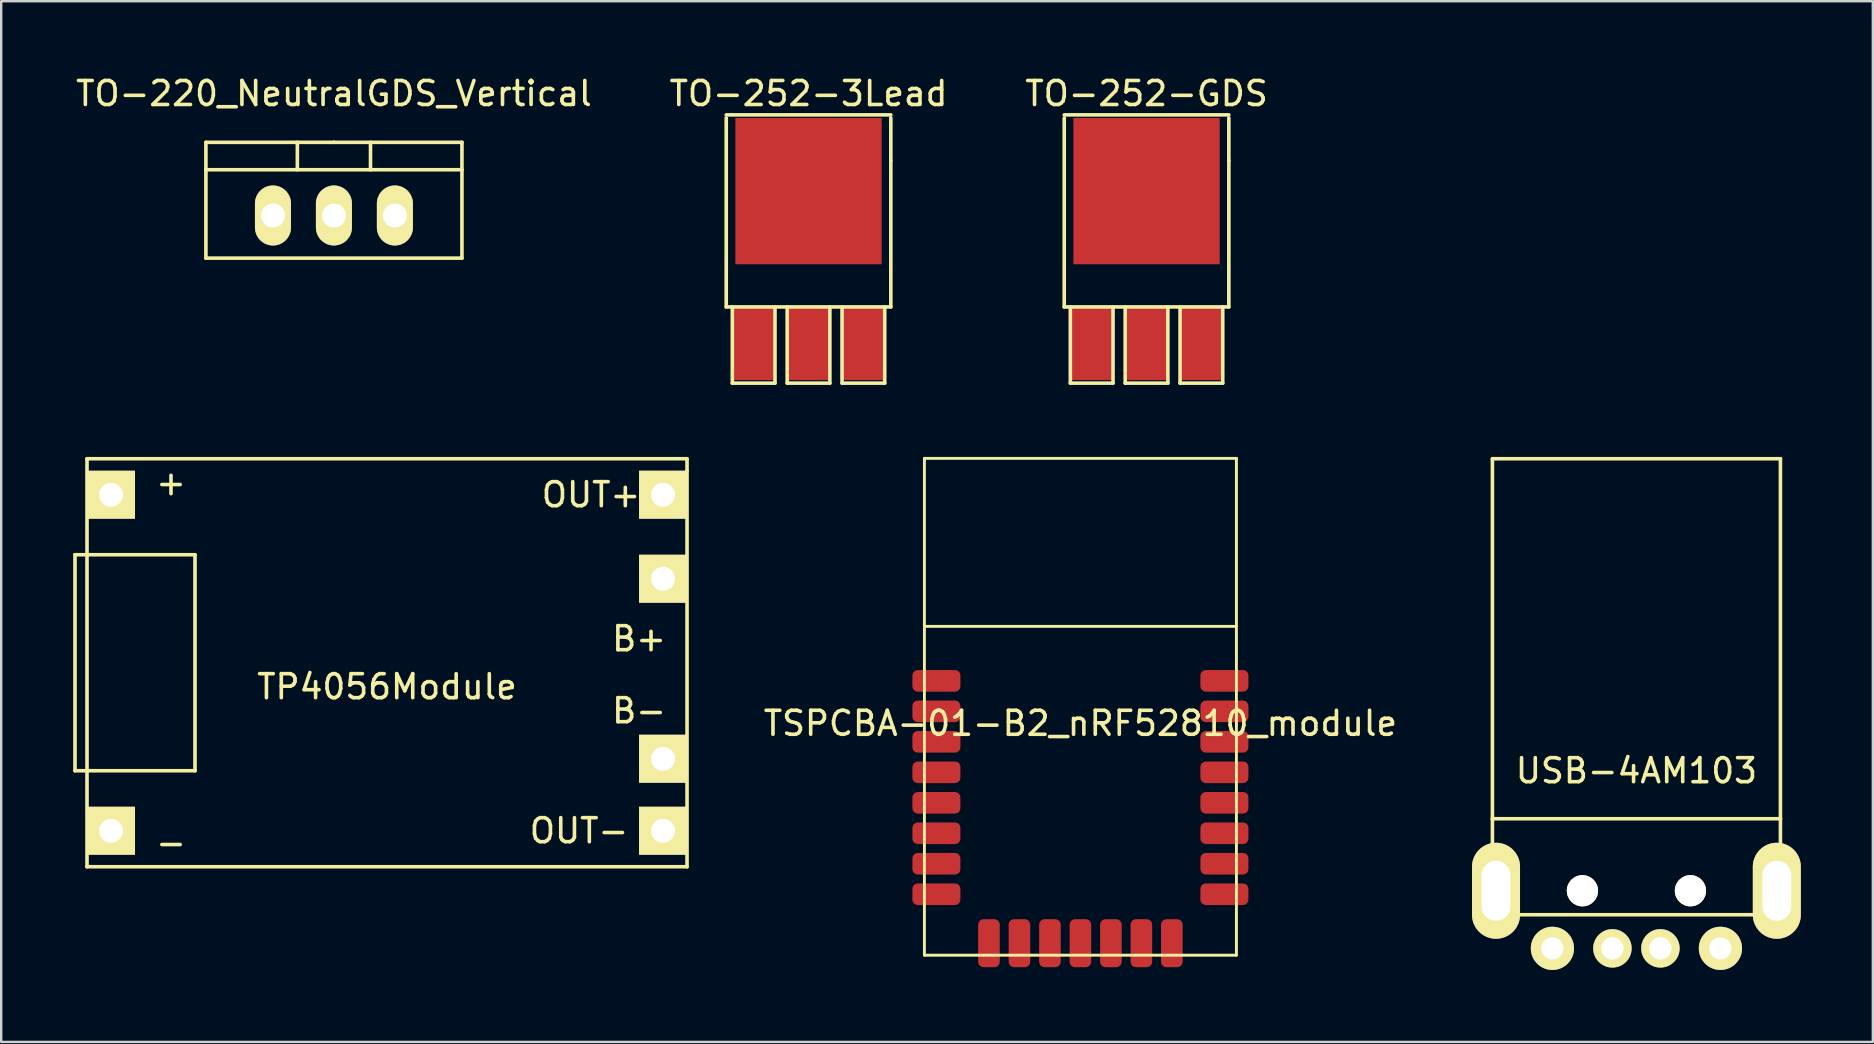
<source format=kicad_pcb>
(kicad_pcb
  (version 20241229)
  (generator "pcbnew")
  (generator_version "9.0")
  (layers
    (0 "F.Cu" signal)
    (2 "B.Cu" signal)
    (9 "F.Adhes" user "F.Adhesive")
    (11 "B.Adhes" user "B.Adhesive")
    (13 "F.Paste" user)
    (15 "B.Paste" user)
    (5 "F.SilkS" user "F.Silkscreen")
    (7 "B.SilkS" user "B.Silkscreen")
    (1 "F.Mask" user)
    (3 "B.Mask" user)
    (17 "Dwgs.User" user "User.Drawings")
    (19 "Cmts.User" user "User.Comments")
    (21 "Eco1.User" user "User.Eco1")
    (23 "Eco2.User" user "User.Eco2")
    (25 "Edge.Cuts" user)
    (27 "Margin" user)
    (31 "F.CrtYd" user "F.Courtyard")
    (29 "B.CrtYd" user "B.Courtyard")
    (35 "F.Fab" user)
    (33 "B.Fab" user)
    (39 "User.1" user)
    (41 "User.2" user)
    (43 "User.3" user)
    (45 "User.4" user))
  (footprint "TO-252-GDS"
    (layer "F.Cu")
    (at 44.72 11.262)
    (property "Reference" "TO-252-GDS" (at 0 -10.414 0) (layer "F.SilkS") (effects (font (size 1 1) (thickness 0.15))))
    (attr smd)
    (fp_line (start -3.429 -9.525) (end 3.429 -9.525) (stroke (width 0.15) (type solid)) (layer "F.SilkS"))
    (fp_line (start -3.429 -1.524) (end -3.429 -9.398) (stroke (width 0.15) (type solid)) (layer "F.SilkS"))
    (fp_line (start -3.175 -1.524) (end -3.175 1.651) (stroke (width 0.15) (type solid)) (layer "F.SilkS"))
    (fp_line (start -3.175 1.651) (end -1.397 1.651) (stroke (width 0.15) (type solid)) (layer "F.SilkS"))
    (fp_line (start -1.397 1.651) (end -1.397 -1.524) (stroke (width 0.15) (type solid)) (layer "F.SilkS"))
    (fp_line (start -0.889 -1.524) (end -0.889 1.651) (stroke (width 0.15) (type solid)) (layer "F.SilkS"))
    (fp_line (start -0.889 1.651) (end 0.889 1.651) (stroke (width 0.15) (type solid)) (layer "F.SilkS"))
    (fp_line (start 0.889 1.651) (end 0.889 -1.524) (stroke (width 0.15) (type solid)) (layer "F.SilkS"))
    (fp_line (start 1.397 -1.524) (end 1.397 1.651) (stroke (width 0.15) (type solid)) (layer "F.SilkS"))
    (fp_line (start 1.397 1.651) (end 3.175 1.651) (stroke (width 0.15) (type solid)) (layer "F.SilkS"))
    (fp_line (start 3.175 1.651) (end 3.175 -1.524) (stroke (width 0.15) (type solid)) (layer "F.SilkS"))
    (fp_line (start 3.429 -9.398) (end 3.429 -7.62) (stroke (width 0.15) (type solid)) (layer "F.SilkS"))
    (fp_line (start 3.429 -7.62) (end 3.429 -1.524) (stroke (width 0.15) (type solid)) (layer "F.SilkS"))
    (fp_line (start 3.429 -1.524) (end -3.429 -1.524) (stroke (width 0.15) (type solid)) (layer "F.SilkS"))
    (pad "D" smd rect (at 0 -6.35) (size 6.096 6.096) (layers "F.Cu" "F.Mask" "F.Paste"))
    (pad "D" smd rect (at 0 0) (size 1.651 3.048) (layers "F.Cu" "F.Mask" "F.Paste"))
    (pad "G" smd rect (at -2.286 0) (size 1.651 3.048) (layers "F.Cu" "F.Mask" "F.Paste"))
    (pad "S" smd rect (at 2.286 0) (size 1.651 3.048) (layers "F.Cu" "F.Mask" "F.Paste")))
  (footprint "TP4056Module"
    (layer "F.Cu")
    (at 13.075 24.563)
    (property "Reference" "TP4056Module" (at 0 1 0) (layer "F.SilkS") (effects (font (size 1 1) (thickness 0.15))))
    (attr through_hole)
    (fp_line (start -13 -4.5) (end -8 -4.5) (stroke (width 0.15) (type solid)) (layer "F.SilkS"))
    (fp_line (start -13 4.5) (end -13 -4.5) (stroke (width 0.15) (type solid)) (layer "F.SilkS"))
    (fp_line (start -12.5 -8.5) (end -12.5 8.5) (stroke (width 0.15) (type solid)) (layer "F.SilkS"))
    (fp_line (start -12.5 -8.5) (end 12.5 -8.5) (stroke (width 0.15) (type solid)) (layer "F.SilkS"))
    (fp_line (start -12.5 8.5) (end 12.5 8.5) (stroke (width 0.15) (type solid)) (layer "F.SilkS"))
    (fp_line (start -8 -4.5) (end -8 4.5) (stroke (width 0.15) (type solid)) (layer "F.SilkS"))
    (fp_line (start -8 4.5) (end -13 4.5) (stroke (width 0.15) (type solid)) (layer "F.SilkS"))
    (fp_line (start 12.5 -8.5) (end 12.5 -8) (stroke (width 0.15) (type solid)) (layer "F.SilkS"))
    (fp_line (start 12.5 8.5) (end 12.5 -8) (stroke (width 0.15) (type solid)) (layer "F.SilkS"))
    (fp_text user "-" (at -9 7.5 0) (layer "F.SilkS") (effects (font (size 1 1) (thickness 0.15))))
    (fp_text user "+" (at -9 -7.5 0) (layer "F.SilkS") (effects (font (size 1 1) (thickness 0.15))))
    (fp_text user "OUT+" (at 8.5 -7 0) (layer "F.SilkS") (effects (font (size 1 1) (thickness 0.15))))
    (fp_text user "B+" (at 10.5 -1 0) (layer "F.SilkS") (effects (font (size 1 1) (thickness 0.15))))
    (fp_text user "OUT-" (at 8 7 0) (layer "F.SilkS") (effects (font (size 1 1) (thickness 0.15))))
    (fp_text user "B-" (at 10.5 2 0) (layer "F.SilkS") (effects (font (size 1 1) (thickness 0.15))))
    (pad "1" thru_hole rect (at -11.5 -7) (size 2 2) (drill 1) (layers "*.Cu" "*.Mask" "F.SilkS"))
    (pad "2" thru_hole rect (at -11.5 7) (size 2 2) (drill 1) (layers "*.Cu" "*.Mask" "F.SilkS"))
    (pad "3" thru_hole rect (at 11.5 -7) (size 2 2) (drill 1) (layers "*.Cu" "*.Mask" "F.SilkS"))
    (pad "4" thru_hole rect (at 11.5 -3.5) (size 2 2) (drill 1) (layers "*.Cu" "*.Mask" "F.SilkS"))
    (pad "5" thru_hole rect (at 11.5 4) (size 2 2) (drill 1) (layers "*.Cu" "*.Mask" "F.SilkS"))
    (pad "6" thru_hole rect (at 11.5 7) (size 2 2) (drill 1) (layers "*.Cu" "*.Mask" "F.SilkS")))
  (footprint "TO-252-3Lead"
    (layer "F.Cu")
    (at 30.637 11.262)
    (property "Reference" "TO-252-3Lead" (at 0 -10.414 0) (layer "F.SilkS") (effects (font (size 1 1) (thickness 0.15))))
    (attr smd)
    (fp_line (start -3.429 -9.525) (end 3.429 -9.525) (stroke (width 0.15) (type solid)) (layer "F.SilkS"))
    (fp_line (start -3.429 -1.524) (end -3.429 -9.398) (stroke (width 0.15) (type solid)) (layer "F.SilkS"))
    (fp_line (start -3.175 -1.524) (end -3.175 1.651) (stroke (width 0.15) (type solid)) (layer "F.SilkS"))
    (fp_line (start -3.175 1.651) (end -1.397 1.651) (stroke (width 0.15) (type solid)) (layer "F.SilkS"))
    (fp_line (start -1.397 1.651) (end -1.397 -1.524) (stroke (width 0.15) (type solid)) (layer "F.SilkS"))
    (fp_line (start -0.889 -1.524) (end -0.889 1.651) (stroke (width 0.15) (type solid)) (layer "F.SilkS"))
    (fp_line (start -0.889 1.651) (end 0.889 1.651) (stroke (width 0.15) (type solid)) (layer "F.SilkS"))
    (fp_line (start 0.889 1.651) (end 0.889 -1.524) (stroke (width 0.15) (type solid)) (layer "F.SilkS"))
    (fp_line (start 1.397 -1.524) (end 1.397 1.651) (stroke (width 0.15) (type solid)) (layer "F.SilkS"))
    (fp_line (start 1.397 1.651) (end 3.175 1.651) (stroke (width 0.15) (type solid)) (layer "F.SilkS"))
    (fp_line (start 3.175 1.651) (end 3.175 -1.524) (stroke (width 0.15) (type solid)) (layer "F.SilkS"))
    (fp_line (start 3.429 -9.398) (end 3.429 -7.62) (stroke (width 0.15) (type solid)) (layer "F.SilkS"))
    (fp_line (start 3.429 -7.62) (end 3.429 -1.524) (stroke (width 0.15) (type solid)) (layer "F.SilkS"))
    (fp_line (start 3.429 -1.524) (end -3.429 -1.524) (stroke (width 0.15) (type solid)) (layer "F.SilkS"))
    (pad "1" smd rect (at -2.286 0) (size 1.651 3.048) (layers "F.Cu" "F.Mask" "F.Paste"))
    (pad "2" smd rect (at 0 0) (size 1.651 3.048) (layers "F.Cu" "F.Mask" "F.Paste"))
    (pad "3" smd rect (at 2.286 0) (size 1.651 3.048) (layers "F.Cu" "F.Mask" "F.Paste"))
    (pad "4" smd rect (at 0 -6.35) (size 6.096 6.096) (layers "F.Cu" "F.Mask" "F.Paste")))
  (footprint "TSPCBA-01-B2_nRF52810_module"
    (layer "F.Cu")
    (at 41.965 26.398)
    (property "Reference" "TSPCBA-01-B2_nRF52810_module" (at 0 0.69 0) (layer "F.SilkS") (effects (font (size 1 1) (thickness 0.15))))
    (attr smd)
    (fp_line (start -6.5 -10.35) (end -6.5 10.35) (stroke (width 0.12) (type solid)) (layer "F.SilkS"))
    (fp_line (start -6.5 -10.35) (end 6.5 -10.35) (stroke (width 0.12) (type solid)) (layer "F.SilkS"))
    (fp_line (start -6.5 -3.35) (end 6.5 -3.35) (stroke (width 0.12) (type solid)) (layer "F.SilkS"))
    (fp_line (start -6.5 10.35) (end 6.5 10.35) (stroke (width 0.12) (type solid)) (layer "F.SilkS"))
    (fp_line (start 6.5 10.35) (end 6.5 -10.35) (stroke (width 0.12) (type solid)) (layer "F.SilkS"))
    (pad "1" smd roundrect (at -6 -1.08) (size 2 0.9) (layers "F.Cu" "F.Mask" "F.Paste") (roundrect_rratio 0.25))
    (pad "2" smd roundrect (at -6 0.19) (size 2 0.9) (layers "F.Cu" "F.Mask" "F.Paste") (roundrect_rratio 0.25))
    (pad "3" smd roundrect (at -6 1.46) (size 2 0.9) (layers "F.Cu" "F.Mask" "F.Paste") (roundrect_rratio 0.25))
    (pad "4" smd roundrect (at -6 2.73) (size 2 0.9) (layers "F.Cu" "F.Mask" "F.Paste") (roundrect_rratio 0.25))
    (pad "5" smd roundrect (at -6 4) (size 2 0.9) (layers "F.Cu" "F.Mask" "F.Paste") (roundrect_rratio 0.25))
    (pad "6" smd roundrect (at -6 5.27) (size 2 0.9) (layers "F.Cu" "F.Mask" "F.Paste") (roundrect_rratio 0.25))
    (pad "7" smd roundrect (at -6 6.54) (size 2 0.9) (layers "F.Cu" "F.Mask" "F.Paste") (roundrect_rratio 0.25))
    (pad "8" smd roundrect (at -6 7.81) (size 2 0.9) (layers "F.Cu" "F.Mask" "F.Paste") (roundrect_rratio 0.25))
    (pad "9" smd roundrect (at -3.81 9.85 90) (size 2 0.9) (layers "F.Cu" "F.Mask" "F.Paste") (roundrect_rratio 0.25))
    (pad "10" smd roundrect (at -2.54 9.85 90) (size 2 0.9) (layers "F.Cu" "F.Mask" "F.Paste") (roundrect_rratio 0.25))
    (pad "11" smd roundrect (at -1.27 9.85 90) (size 2 0.9) (layers "F.Cu" "F.Mask" "F.Paste") (roundrect_rratio 0.25))
    (pad "12" smd roundrect (at 0 9.85 90) (size 2 0.9) (layers "F.Cu" "F.Mask" "F.Paste") (roundrect_rratio 0.25))
    (pad "13" smd roundrect (at 1.27 9.85 90) (size 2 0.9) (layers "F.Cu" "F.Mask" "F.Paste") (roundrect_rratio 0.25))
    (pad "14" smd roundrect (at 2.54 9.85 90) (size 2 0.9) (layers "F.Cu" "F.Mask" "F.Paste") (roundrect_rratio 0.25))
    (pad "15" smd roundrect (at 3.81 9.85 90) (size 2 0.9) (layers "F.Cu" "F.Mask" "F.Paste") (roundrect_rratio 0.25))
    (pad "16" smd roundrect (at 6 7.81) (size 2 0.9) (layers "F.Cu" "F.Mask" "F.Paste") (roundrect_rratio 0.25))
    (pad "17" smd roundrect (at 6 6.54) (size 2 0.9) (layers "F.Cu" "F.Mask" "F.Paste") (roundrect_rratio 0.25))
    (pad "18" smd roundrect (at 6 5.27) (size 2 0.9) (layers "F.Cu" "F.Mask" "F.Paste") (roundrect_rratio 0.25))
    (pad "19" smd roundrect (at 6 4) (size 2 0.9) (layers "F.Cu" "F.Mask" "F.Paste") (roundrect_rratio 0.25))
    (pad "20" smd roundrect (at 6 2.73) (size 2 0.9) (layers "F.Cu" "F.Mask" "F.Paste") (roundrect_rratio 0.25))
    (pad "21" smd roundrect (at 6 1.46) (size 2 0.9) (layers "F.Cu" "F.Mask" "F.Paste") (roundrect_rratio 0.25))
    (pad "22" smd roundrect (at 6 0.19) (size 2 0.9) (layers "F.Cu" "F.Mask" "F.Paste") (roundrect_rratio 0.25))
    (pad "23" smd roundrect (at 6 -1.08) (size 2 0.9) (layers "F.Cu" "F.Mask" "F.Paste") (roundrect_rratio 0.25)))
  (footprint "USB-4AM103"
    (layer "F.Cu")
    (at 65.131 31.063)
    (property "Reference" "USB-4AM103" (at 0 -2 0) (layer "F.SilkS") (effects (font (size 1 1) (thickness 0.15))))
    (attr through_hole)
    (fp_line (start -6 -15) (end -6 0) (stroke (width 0.15) (type solid)) (layer "F.SilkS"))
    (fp_line (start -6 0) (end -6 4) (stroke (width 0.15) (type solid)) (layer "F.SilkS"))
    (fp_line (start -6 0) (end 6 0) (stroke (width 0.15) (type solid)) (layer "F.SilkS"))
    (fp_line (start -6 4) (end 6 4) (stroke (width 0.15) (type solid)) (layer "F.SilkS"))
    (fp_line (start 6 -15) (end -6 -15) (stroke (width 0.15) (type solid)) (layer "F.SilkS"))
    (fp_line (start 6 0) (end 6 -15) (stroke (width 0.15) (type solid)) (layer "F.SilkS"))
    (fp_line (start 6 4) (end 6 0) (stroke (width 0.15) (type solid)) (layer "F.SilkS"))
    (pad "" np_thru_hole circle (at -2.25 3) (size 1.3 1.3) (drill 1.3) (layers "*.Cu" "*.Mask" "F.SilkS"))
    (pad "" np_thru_hole circle (at 2.25 3) (size 1.3 1.3) (drill 1.3) (layers "*.Cu" "*.Mask" "F.SilkS"))
    (pad "1" thru_hole circle (at -3.5 5.4) (size 1.8 1.8) (drill 0.93) (layers "*.Cu" "*.Mask" "F.SilkS"))
    (pad "2" thru_hole circle (at -1 5.4) (size 1.6 1.6) (drill 0.93) (layers "*.Cu" "*.Mask" "F.SilkS"))
    (pad "3" thru_hole circle (at 1 5.4) (size 1.6 1.6) (drill 0.93) (layers "*.Cu" "*.Mask" "F.SilkS"))
    (pad "4" thru_hole circle (at 3.5 5.4) (size 1.8 1.8) (drill 0.93) (layers "*.Cu" "*.Mask" "F.SilkS"))
    (pad "5" thru_hole oval (at -5.85 3) (size 2 4) (drill oval 1.2 2.5) (layers "*.Cu" "*.Mask" "F.SilkS"))
    (pad "5" thru_hole oval (at 5.85 3) (size 2 4) (drill oval 1.2 2.5) (layers "*.Cu" "*.Mask" "F.SilkS")))
  (footprint "TO-220_NeutralGDS_Vertical"
    (layer "F.Cu")
    (at 10.863 5.928)
    (property "Reference" "TO-220_NeutralGDS_Vertical" (at 0 -5.08 0) (layer "F.SilkS") (effects (font (size 1 1) (thickness 0.15))))
    (attr through_hole)
    (fp_line (start -5.334 -1.905) (end -5.334 -3.048) (stroke (width 0.15) (type solid)) (layer "F.SilkS"))
    (fp_line (start -5.334 1.778) (end -5.334 -1.905) (stroke (width 0.15) (type solid)) (layer "F.SilkS"))
    (fp_line (start -1.524 -3.048) (end -1.524 -1.905) (stroke (width 0.15) (type solid)) (layer "F.SilkS"))
    (fp_line (start 0 -3.048) (end -5.334 -3.048) (stroke (width 0.15) (type solid)) (layer "F.SilkS"))
    (fp_line (start 0 -3.048) (end 5.334 -3.048) (stroke (width 0.15) (type solid)) (layer "F.SilkS"))
    (fp_line (start 1.524 -3.048) (end 1.524 -1.905) (stroke (width 0.15) (type solid)) (layer "F.SilkS"))
    (fp_line (start 5.334 -3.048) (end 5.334 -1.905) (stroke (width 0.15) (type solid)) (layer "F.SilkS"))
    (fp_line (start 5.334 -1.905) (end -5.334 -1.905) (stroke (width 0.15) (type solid)) (layer "F.SilkS"))
    (fp_line (start 5.334 -1.905) (end 5.334 1.778) (stroke (width 0.15) (type solid)) (layer "F.SilkS"))
    (fp_line (start 5.334 1.778) (end -5.334 1.778) (stroke (width 0.15) (type solid)) (layer "F.SilkS"))
    (pad "D" thru_hole oval (at 0 0 90) (size 2.499 1.501) (drill 1.001) (layers "*.Cu" "*.Mask" "F.SilkS"))
    (pad "G" thru_hole oval (at -2.54 0 90) (size 2.499 1.501) (drill 1.001) (layers "*.Cu" "*.Mask" "F.SilkS"))
    (pad "S" thru_hole oval (at 2.54 0 90) (size 2.499 1.501) (drill 1.001) (layers "*.Cu" "*.Mask" "F.SilkS")))
  (gr_rect
    (start -3 -3)
    (end 74.981 40.363)
    (stroke (width 0.1) (type default))
    (fill no)
    (layer "Edge.Cuts")))
</source>
